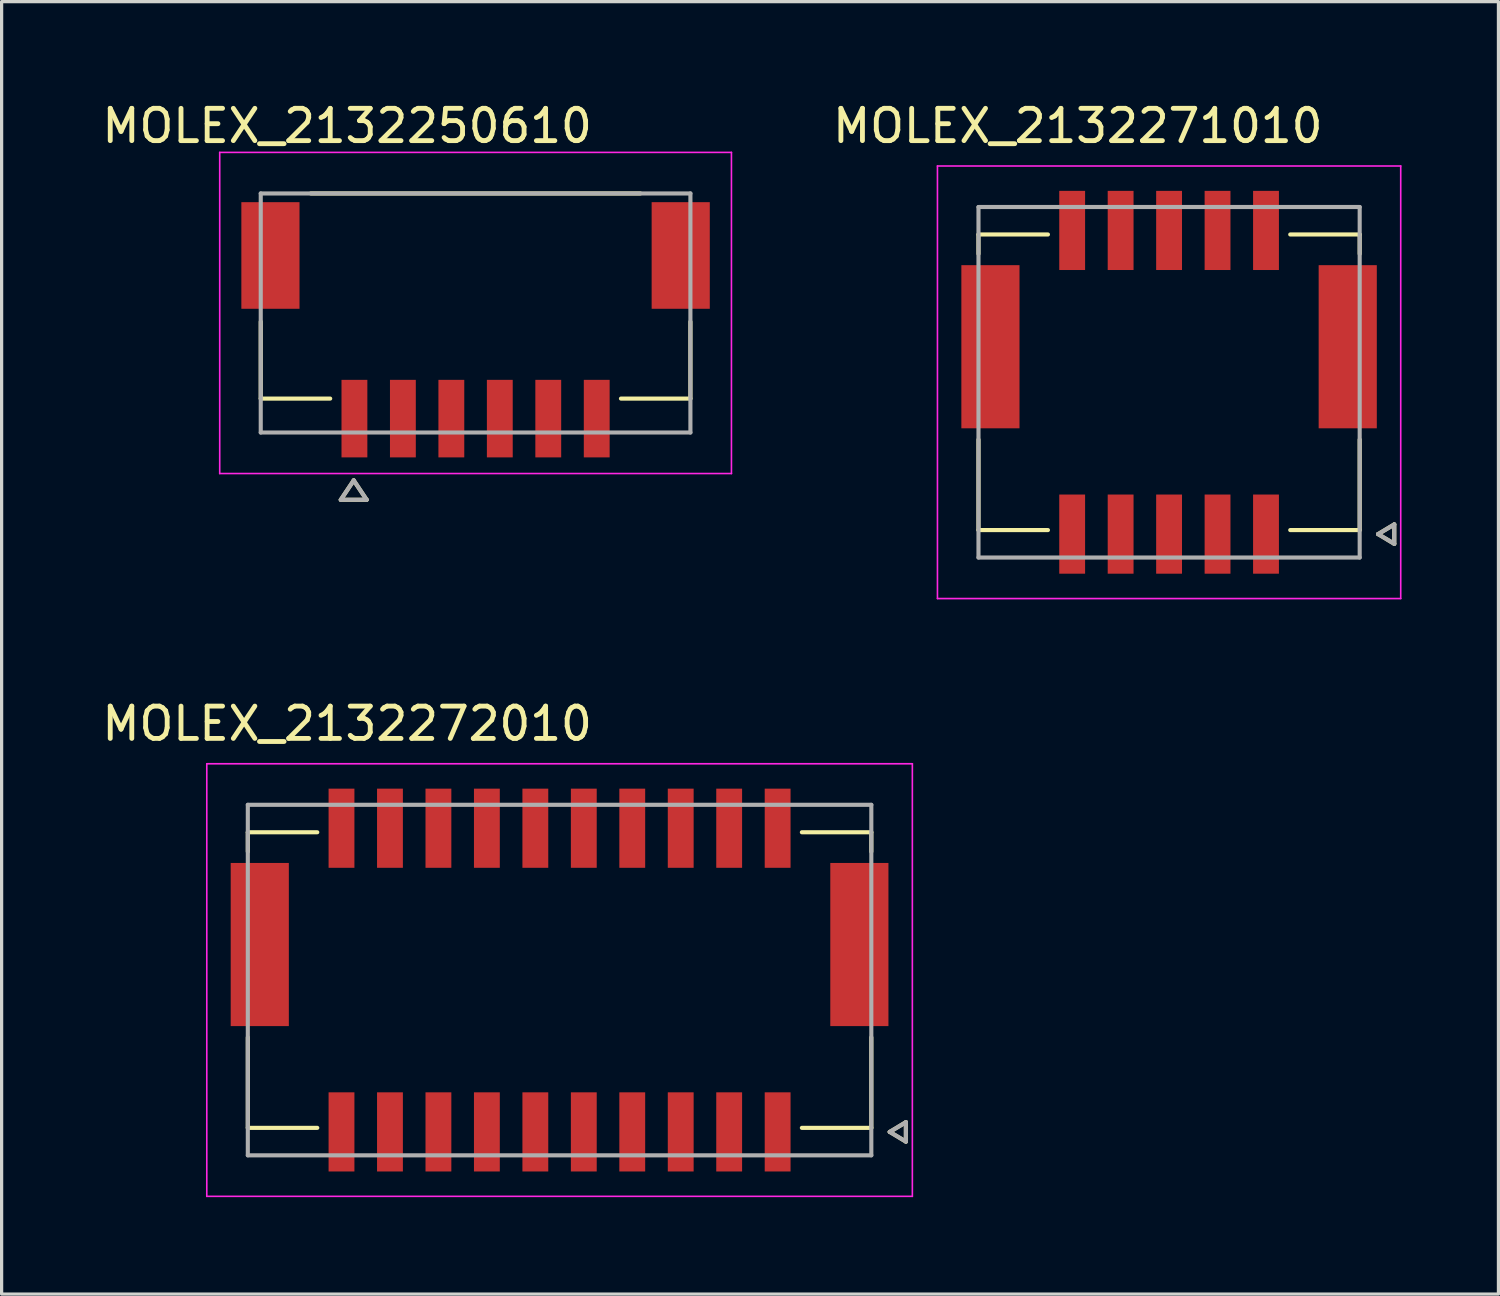
<source format=kicad_pcb>
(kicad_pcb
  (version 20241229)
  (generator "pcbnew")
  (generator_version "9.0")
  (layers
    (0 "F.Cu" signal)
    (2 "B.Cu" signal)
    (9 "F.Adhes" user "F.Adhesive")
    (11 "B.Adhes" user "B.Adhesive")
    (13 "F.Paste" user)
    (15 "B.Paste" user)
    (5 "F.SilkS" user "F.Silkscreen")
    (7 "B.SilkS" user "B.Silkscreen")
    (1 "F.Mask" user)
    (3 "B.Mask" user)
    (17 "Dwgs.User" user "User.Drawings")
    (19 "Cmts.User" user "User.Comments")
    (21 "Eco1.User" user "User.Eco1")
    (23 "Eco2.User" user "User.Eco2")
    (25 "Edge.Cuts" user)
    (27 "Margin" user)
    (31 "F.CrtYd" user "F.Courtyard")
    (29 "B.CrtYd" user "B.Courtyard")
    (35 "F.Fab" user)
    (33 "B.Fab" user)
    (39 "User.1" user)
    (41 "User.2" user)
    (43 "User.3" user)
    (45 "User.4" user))
  (footprint "MOLEX_2132272010"
    (layer "F.Cu")
    (at 14.271 27.287)
    (property "Reference" "MOLEX_2132272010" (at -6.575 -7.935 0) (layer "F.SilkS") (effects (font (size 1 1) (thickness 0.15))))
    (attr smd)
    (fp_poly (pts (xy -10.256 -3.701) (xy -8.304 -3.701) (xy -8.304 1.501) (xy -10.256 1.501)) (stroke (width 0.01) (type solid)) (fill yes) (layer "F.Mask"))
    (fp_poly (pts (xy -7.226 -6.001) (xy -6.274 -6.001) (xy -6.274 -3.399) (xy -7.226 -3.399)) (stroke (width 0.01) (type solid)) (fill yes) (layer "F.Mask"))
    (fp_poly (pts (xy -7.226 3.399) (xy -6.274 3.399) (xy -6.274 6.001) (xy -7.226 6.001)) (stroke (width 0.01) (type solid)) (fill yes) (layer "F.Mask"))
    (fp_poly (pts (xy -5.726 -6.001) (xy -4.774 -6.001) (xy -4.774 -3.399) (xy -5.726 -3.399)) (stroke (width 0.01) (type solid)) (fill yes) (layer "F.Mask"))
    (fp_poly (pts (xy -5.726 3.399) (xy -4.774 3.399) (xy -4.774 6.001) (xy -5.726 6.001)) (stroke (width 0.01) (type solid)) (fill yes) (layer "F.Mask"))
    (fp_poly (pts (xy -4.226 -6.001) (xy -3.274 -6.001) (xy -3.274 -3.399) (xy -4.226 -3.399)) (stroke (width 0.01) (type solid)) (fill yes) (layer "F.Mask"))
    (fp_poly (pts (xy -4.226 3.399) (xy -3.274 3.399) (xy -3.274 6.001) (xy -4.226 6.001)) (stroke (width 0.01) (type solid)) (fill yes) (layer "F.Mask"))
    (fp_poly (pts (xy -2.726 -6.001) (xy -1.774 -6.001) (xy -1.774 -3.399) (xy -2.726 -3.399)) (stroke (width 0.01) (type solid)) (fill yes) (layer "F.Mask"))
    (fp_poly (pts (xy -2.726 3.399) (xy -1.774 3.399) (xy -1.774 6.001) (xy -2.726 6.001)) (stroke (width 0.01) (type solid)) (fill yes) (layer "F.Mask"))
    (fp_poly (pts (xy -1.226 -6.001) (xy -0.274 -6.001) (xy -0.274 -3.399) (xy -1.226 -3.399)) (stroke (width 0.01) (type solid)) (fill yes) (layer "F.Mask"))
    (fp_poly (pts (xy -1.226 3.399) (xy -0.274 3.399) (xy -0.274 6.001) (xy -1.226 6.001)) (stroke (width 0.01) (type solid)) (fill yes) (layer "F.Mask"))
    (fp_poly (pts (xy 0.274 -6.001) (xy 1.226 -6.001) (xy 1.226 -3.399) (xy 0.274 -3.399)) (stroke (width 0.01) (type solid)) (fill yes) (layer "F.Mask"))
    (fp_poly (pts (xy 0.274 3.399) (xy 1.226 3.399) (xy 1.226 6.001) (xy 0.274 6.001)) (stroke (width 0.01) (type solid)) (fill yes) (layer "F.Mask"))
    (fp_poly (pts (xy 1.774 -6.001) (xy 2.726 -6.001) (xy 2.726 -3.399) (xy 1.774 -3.399)) (stroke (width 0.01) (type solid)) (fill yes) (layer "F.Mask"))
    (fp_poly (pts (xy 1.774 3.399) (xy 2.726 3.399) (xy 2.726 6.001) (xy 1.774 6.001)) (stroke (width 0.01) (type solid)) (fill yes) (layer "F.Mask"))
    (fp_poly (pts (xy 3.274 -6.001) (xy 4.226 -6.001) (xy 4.226 -3.399) (xy 3.274 -3.399)) (stroke (width 0.01) (type solid)) (fill yes) (layer "F.Mask"))
    (fp_poly (pts (xy 3.274 3.399) (xy 4.226 3.399) (xy 4.226 6.001) (xy 3.274 6.001)) (stroke (width 0.01) (type solid)) (fill yes) (layer "F.Mask"))
    (fp_poly (pts (xy 4.774 -6.001) (xy 5.726 -6.001) (xy 5.726 -3.399) (xy 4.774 -3.399)) (stroke (width 0.01) (type solid)) (fill yes) (layer "F.Mask"))
    (fp_poly (pts (xy 4.774 3.399) (xy 5.726 3.399) (xy 5.726 6.001) (xy 4.774 6.001)) (stroke (width 0.01) (type solid)) (fill yes) (layer "F.Mask"))
    (fp_poly (pts (xy 6.274 -6.001) (xy 7.226 -6.001) (xy 7.226 -3.399) (xy 6.274 -3.399)) (stroke (width 0.01) (type solid)) (fill yes) (layer "F.Mask"))
    (fp_poly (pts (xy 6.274 3.399) (xy 7.226 3.399) (xy 7.226 6.001) (xy 6.274 6.001)) (stroke (width 0.01) (type solid)) (fill yes) (layer "F.Mask"))
    (fp_poly (pts (xy 8.304 -3.701) (xy 10.256 -3.701) (xy 10.256 1.501) (xy 8.304 1.501)) (stroke (width 0.01) (type solid)) (fill yes) (layer "F.Mask"))
    (fp_line (start -9.65 -4.575) (end -9.65 -3.975) (stroke (width 0.127) (type solid)) (layer "F.SilkS"))
    (fp_line (start -9.65 4.575) (end -9.65 1.775) (stroke (width 0.127) (type solid)) (layer "F.SilkS"))
    (fp_line (start -7.5 -4.575) (end -9.65 -4.575) (stroke (width 0.127) (type solid)) (layer "F.SilkS"))
    (fp_line (start -7.5 4.575) (end -9.65 4.575) (stroke (width 0.127) (type solid)) (layer "F.SilkS"))
    (fp_line (start 9.65 -4.575) (end 7.5 -4.575) (stroke (width 0.127) (type solid)) (layer "F.SilkS"))
    (fp_line (start 9.65 -3.975) (end 9.65 -4.575) (stroke (width 0.127) (type solid)) (layer "F.SilkS"))
    (fp_line (start 9.65 1.775) (end 9.65 4.575) (stroke (width 0.127) (type solid)) (layer "F.SilkS"))
    (fp_line (start 9.65 4.575) (end 7.5 4.575) (stroke (width 0.127) (type solid)) (layer "F.SilkS"))
    (fp_line (start 10.22 4.7) (end 10.72 4.4) (stroke (width 0.127) (type solid)) (layer "F.SilkS"))
    (fp_line (start 10.72 4.4) (end 10.72 5) (stroke (width 0.127) (type solid)) (layer "F.SilkS"))
    (fp_line (start 10.72 5) (end 10.22 4.7) (stroke (width 0.127) (type solid)) (layer "F.SilkS"))
    (fp_line (start -10.92 6.695) (end -10.92 -6.695) (stroke (width 0.05) (type solid)) (layer "F.CrtYd"))
    (fp_line (start 10.92 -6.695) (end -10.92 -6.695) (stroke (width 0.05) (type solid)) (layer "F.CrtYd"))
    (fp_line (start 10.92 -6.695) (end 10.92 6.695) (stroke (width 0.05) (type solid)) (layer "F.CrtYd"))
    (fp_line (start 10.92 6.695) (end -10.92 6.695) (stroke (width 0.05) (type solid)) (layer "F.CrtYd"))
    (fp_line (start -9.65 -5.425) (end 9.65 -5.425) (stroke (width 0.127) (type solid)) (layer "F.Fab"))
    (fp_line (start -9.65 5.425) (end -9.65 -5.425) (stroke (width 0.127) (type solid)) (layer "F.Fab"))
    (fp_line (start 9.65 -5.425) (end 9.65 5.425) (stroke (width 0.127) (type solid)) (layer "F.Fab"))
    (fp_line (start 9.65 5.425) (end -9.65 5.425) (stroke (width 0.127) (type solid)) (layer "F.Fab"))
    (fp_line (start 10.22 4.7) (end 10.72 4.4) (stroke (width 0.127) (type solid)) (layer "F.Fab"))
    (fp_line (start 10.72 4.4) (end 10.72 5) (stroke (width 0.127) (type solid)) (layer "F.Fab"))
    (fp_line (start 10.72 5) (end 10.22 4.7) (stroke (width 0.127) (type solid)) (layer "F.Fab"))
    (pad "1" smd rect (at 6.75 4.7) (size 0.8 2.45) (layers "F.Cu" "F.Paste"))
    (pad "2" smd rect (at 6.75 -4.7) (size 0.8 2.45) (layers "F.Cu" "F.Paste"))
    (pad "3" smd rect (at 5.25 4.7) (size 0.8 2.45) (layers "F.Cu" "F.Paste"))
    (pad "4" smd rect (at 5.25 -4.7) (size 0.8 2.45) (layers "F.Cu" "F.Paste"))
    (pad "5" smd rect (at 3.75 4.7) (size 0.8 2.45) (layers "F.Cu" "F.Paste"))
    (pad "6" smd rect (at 3.75 -4.7) (size 0.8 2.45) (layers "F.Cu" "F.Paste"))
    (pad "7" smd rect (at 2.25 4.7) (size 0.8 2.45) (layers "F.Cu" "F.Paste"))
    (pad "8" smd rect (at 2.25 -4.7) (size 0.8 2.45) (layers "F.Cu" "F.Paste"))
    (pad "9" smd rect (at 0.75 4.7) (size 0.8 2.45) (layers "F.Cu" "F.Paste"))
    (pad "10" smd rect (at 0.75 -4.7) (size 0.8 2.45) (layers "F.Cu" "F.Paste"))
    (pad "11" smd rect (at -0.75 4.7) (size 0.8 2.45) (layers "F.Cu" "F.Paste"))
    (pad "12" smd rect (at -0.75 -4.7) (size 0.8 2.45) (layers "F.Cu" "F.Paste"))
    (pad "13" smd rect (at -2.25 4.7) (size 0.8 2.45) (layers "F.Cu" "F.Paste"))
    (pad "14" smd rect (at -2.25 -4.7) (size 0.8 2.45) (layers "F.Cu" "F.Paste"))
    (pad "15" smd rect (at -3.75 4.7) (size 0.8 2.45) (layers "F.Cu" "F.Paste"))
    (pad "16" smd rect (at -3.75 -4.7) (size 0.8 2.45) (layers "F.Cu" "F.Paste"))
    (pad "17" smd rect (at -5.25 4.7) (size 0.8 2.45) (layers "F.Cu" "F.Paste"))
    (pad "18" smd rect (at -5.25 -4.7) (size 0.8 2.45) (layers "F.Cu" "F.Paste"))
    (pad "19" smd rect (at -6.75 4.7) (size 0.8 2.45) (layers "F.Cu" "F.Paste"))
    (pad "20" smd rect (at -6.75 -4.7) (size 0.8 2.45) (layers "F.Cu" "F.Paste"))
    (pad "S" smd rect (at -9.28 -1.1) (size 1.8 5.05) (layers "F.Cu" "F.Paste"))
    (pad "S" smd rect (at 9.28 -1.1) (size 1.8 5.05) (layers "F.Cu" "F.Paste"))
    (zone (net_name "") (layer "F.Cu") (hatch full 0.508) (connect_pads) (min_thickness 0.01) (filled_areas_thickness no) (keepout (tracks allowed) (vias not_allowed) (pads not_allowed) (copperpour not_allowed) (footprints allowed)) (placement (enabled no)) (fill) (polygon (pts (xy 21.426 23.817) (xy 7.116 23.817) (xy 7.116 22.056) (xy 5.016 22.056) (xy 5.016 23.657) (xy 5.896 23.657) (xy 5.896 29.947) (xy 4.071 29.947) (xy 4.071 32.547) (xy 6.671 32.547) (xy 6.671 30.756) (xy 21.871 30.756) (xy 21.871 32.547) (xy 24.471 32.547) (xy 24.471 29.947) (xy 22.646 29.947) (xy 22.646 23.657) (xy 23.526 23.657) (xy 23.526 22.056) (xy 21.426 22.056)))))
  (footprint "MOLEX_2132271010"
    (layer "F.Cu")
    (at 33.138 8.783)
    (property "Reference" "MOLEX_2132271010" (at -2.825 -7.935 0) (layer "F.SilkS") (effects (font (size 1 1) (thickness 0.15))))
    (attr smd)
    (fp_poly (pts (xy -6.506 -3.701) (xy -4.554 -3.701) (xy -4.554 1.501) (xy -6.506 1.501)) (stroke (width 0.01) (type solid)) (fill yes) (layer "F.Mask"))
    (fp_poly (pts (xy -3.476 -6.001) (xy -2.524 -6.001) (xy -2.524 -3.399) (xy -3.476 -3.399)) (stroke (width 0.01) (type solid)) (fill yes) (layer "F.Mask"))
    (fp_poly (pts (xy -3.476 3.399) (xy -2.524 3.399) (xy -2.524 6.001) (xy -3.476 6.001)) (stroke (width 0.01) (type solid)) (fill yes) (layer "F.Mask"))
    (fp_poly (pts (xy -1.976 -6.001) (xy -1.024 -6.001) (xy -1.024 -3.399) (xy -1.976 -3.399)) (stroke (width 0.01) (type solid)) (fill yes) (layer "F.Mask"))
    (fp_poly (pts (xy -1.976 3.399) (xy -1.024 3.399) (xy -1.024 6.001) (xy -1.976 6.001)) (stroke (width 0.01) (type solid)) (fill yes) (layer "F.Mask"))
    (fp_poly (pts (xy -0.476 -6.001) (xy 0.476 -6.001) (xy 0.476 -3.399) (xy -0.476 -3.399)) (stroke (width 0.01) (type solid)) (fill yes) (layer "F.Mask"))
    (fp_poly (pts (xy -0.476 3.399) (xy 0.476 3.399) (xy 0.476 6.001) (xy -0.476 6.001)) (stroke (width 0.01) (type solid)) (fill yes) (layer "F.Mask"))
    (fp_poly (pts (xy 1.024 -6.001) (xy 1.976 -6.001) (xy 1.976 -3.399) (xy 1.024 -3.399)) (stroke (width 0.01) (type solid)) (fill yes) (layer "F.Mask"))
    (fp_poly (pts (xy 1.024 3.399) (xy 1.976 3.399) (xy 1.976 6.001) (xy 1.024 6.001)) (stroke (width 0.01) (type solid)) (fill yes) (layer "F.Mask"))
    (fp_poly (pts (xy 2.524 -6.001) (xy 3.476 -6.001) (xy 3.476 -3.399) (xy 2.524 -3.399)) (stroke (width 0.01) (type solid)) (fill yes) (layer "F.Mask"))
    (fp_poly (pts (xy 2.524 3.399) (xy 3.476 3.399) (xy 3.476 6.001) (xy 2.524 6.001)) (stroke (width 0.01) (type solid)) (fill yes) (layer "F.Mask"))
    (fp_poly (pts (xy 4.554 -3.701) (xy 6.506 -3.701) (xy 6.506 1.501) (xy 4.554 1.501)) (stroke (width 0.01) (type solid)) (fill yes) (layer "F.Mask"))
    (fp_line (start -5.9 -4.575) (end -5.9 -3.975) (stroke (width 0.127) (type solid)) (layer "F.SilkS"))
    (fp_line (start -5.9 4.575) (end -5.9 1.775) (stroke (width 0.127) (type solid)) (layer "F.SilkS"))
    (fp_line (start -3.75 -4.575) (end -5.9 -4.575) (stroke (width 0.127) (type solid)) (layer "F.SilkS"))
    (fp_line (start -3.75 4.575) (end -5.9 4.575) (stroke (width 0.127) (type solid)) (layer "F.SilkS"))
    (fp_line (start 5.9 -4.575) (end 3.75 -4.575) (stroke (width 0.127) (type solid)) (layer "F.SilkS"))
    (fp_line (start 5.9 -3.975) (end 5.9 -4.575) (stroke (width 0.127) (type solid)) (layer "F.SilkS"))
    (fp_line (start 5.9 1.775) (end 5.9 4.575) (stroke (width 0.127) (type solid)) (layer "F.SilkS"))
    (fp_line (start 5.9 4.575) (end 3.75 4.575) (stroke (width 0.127) (type solid)) (layer "F.SilkS"))
    (fp_line (start 6.47 4.7) (end 6.97 4.4) (stroke (width 0.127) (type solid)) (layer "F.SilkS"))
    (fp_line (start 6.97 4.4) (end 6.97 5) (stroke (width 0.127) (type solid)) (layer "F.SilkS"))
    (fp_line (start 6.97 5) (end 6.47 4.7) (stroke (width 0.127) (type solid)) (layer "F.SilkS"))
    (fp_line (start -7.17 6.695) (end -7.17 -6.695) (stroke (width 0.05) (type solid)) (layer "F.CrtYd"))
    (fp_line (start 7.17 -6.695) (end -7.17 -6.695) (stroke (width 0.05) (type solid)) (layer "F.CrtYd"))
    (fp_line (start 7.17 -6.695) (end 7.17 6.695) (stroke (width 0.05) (type solid)) (layer "F.CrtYd"))
    (fp_line (start 7.17 6.695) (end -7.17 6.695) (stroke (width 0.05) (type solid)) (layer "F.CrtYd"))
    (fp_line (start -5.9 -5.425) (end 5.9 -5.425) (stroke (width 0.127) (type solid)) (layer "F.Fab"))
    (fp_line (start -5.9 5.425) (end -5.9 -5.425) (stroke (width 0.127) (type solid)) (layer "F.Fab"))
    (fp_line (start 5.9 -5.425) (end 5.9 5.425) (stroke (width 0.127) (type solid)) (layer "F.Fab"))
    (fp_line (start 5.9 5.425) (end -5.9 5.425) (stroke (width 0.127) (type solid)) (layer "F.Fab"))
    (fp_line (start 6.47 4.7) (end 6.97 4.4) (stroke (width 0.127) (type solid)) (layer "F.Fab"))
    (fp_line (start 6.97 4.4) (end 6.97 5) (stroke (width 0.127) (type solid)) (layer "F.Fab"))
    (fp_line (start 6.97 5) (end 6.47 4.7) (stroke (width 0.127) (type solid)) (layer "F.Fab"))
    (pad "1" smd rect (at 3 4.7) (size 0.8 2.45) (layers "F.Cu" "F.Paste"))
    (pad "2" smd rect (at 3 -4.7) (size 0.8 2.45) (layers "F.Cu" "F.Paste"))
    (pad "3" smd rect (at 1.5 4.7) (size 0.8 2.45) (layers "F.Cu" "F.Paste"))
    (pad "4" smd rect (at 1.5 -4.7) (size 0.8 2.45) (layers "F.Cu" "F.Paste"))
    (pad "5" smd rect (at 0 4.7) (size 0.8 2.45) (layers "F.Cu" "F.Paste"))
    (pad "6" smd rect (at 0 -4.7) (size 0.8 2.45) (layers "F.Cu" "F.Paste"))
    (pad "7" smd rect (at -1.5 4.7) (size 0.8 2.45) (layers "F.Cu" "F.Paste"))
    (pad "8" smd rect (at -1.5 -4.7) (size 0.8 2.45) (layers "F.Cu" "F.Paste"))
    (pad "9" smd rect (at -3 4.7) (size 0.8 2.45) (layers "F.Cu" "F.Paste"))
    (pad "10" smd rect (at -3 -4.7) (size 0.8 2.45) (layers "F.Cu" "F.Paste"))
    (pad "S" smd rect (at -5.53 -1.1) (size 1.8 5.05) (layers "F.Cu" "F.Paste"))
    (pad "S" smd rect (at 5.53 -1.1) (size 1.8 5.05) (layers "F.Cu" "F.Paste"))
    (zone (net_name "") (layer "F.Cu") (hatch full 0.508) (connect_pads) (min_thickness 0.01) (filled_areas_thickness no) (keepout (tracks allowed) (vias not_allowed) (pads not_allowed) (copperpour not_allowed) (footprints allowed)) (placement (enabled no)) (fill) (polygon (pts (xy 36.543 5.313) (xy 29.733 5.313) (xy 29.733 3.553) (xy 27.633 3.553) (xy 27.633 5.153) (xy 28.513 5.153) (xy 28.513 11.443) (xy 26.688 11.443) (xy 26.688 14.043) (xy 29.288 14.043) (xy 29.288 12.253) (xy 36.988 12.253) (xy 36.988 14.043) (xy 39.588 14.043) (xy 39.588 11.443) (xy 37.763 11.443) (xy 37.763 5.153) (xy 38.643 5.153) (xy 38.643 3.553) (xy 36.543 3.553)))))
  (footprint "MOLEX_2132250610"
    (layer "F.Cu")
    (at 11.671 6.638)
    (property "Reference" "MOLEX_2132250610" (at -3.975 -5.79 0) (layer "F.SilkS") (effects (font (size 1 1) (thickness 0.15))))
    (attr smd)
    (fp_poly (pts (xy -7.326 -3.506) (xy -5.374 -3.506) (xy -5.374 -0.054) (xy -7.326 -0.054)) (stroke (width 0.01) (type solid)) (fill yes) (layer "F.Mask"))
    (fp_poly (pts (xy -4.226 1.994) (xy -3.274 1.994) (xy -3.274 4.546) (xy -4.226 4.546)) (stroke (width 0.01) (type solid)) (fill yes) (layer "F.Mask"))
    (fp_poly (pts (xy -2.726 1.994) (xy -1.774 1.994) (xy -1.774 4.546) (xy -2.726 4.546)) (stroke (width 0.01) (type solid)) (fill yes) (layer "F.Mask"))
    (fp_poly (pts (xy -1.226 1.994) (xy -0.274 1.994) (xy -0.274 4.546) (xy -1.226 4.546)) (stroke (width 0.01) (type solid)) (fill yes) (layer "F.Mask"))
    (fp_poly (pts (xy 0.274 1.994) (xy 1.226 1.994) (xy 1.226 4.546) (xy 0.274 4.546)) (stroke (width 0.01) (type solid)) (fill yes) (layer "F.Mask"))
    (fp_poly (pts (xy 1.774 1.994) (xy 2.726 1.994) (xy 2.726 4.546) (xy 1.774 4.546)) (stroke (width 0.01) (type solid)) (fill yes) (layer "F.Mask"))
    (fp_poly (pts (xy 3.274 1.994) (xy 4.226 1.994) (xy 4.226 4.546) (xy 3.274 4.546)) (stroke (width 0.01) (type solid)) (fill yes) (layer "F.Mask"))
    (fp_poly (pts (xy 5.374 -3.506) (xy 7.326 -3.506) (xy 7.326 -0.054) (xy 5.374 -0.054)) (stroke (width 0.01) (type solid)) (fill yes) (layer "F.Mask"))
    (fp_line (start -6.65 0.27) (end -6.65 2.65) (stroke (width 0.127) (type solid)) (layer "F.SilkS"))
    (fp_line (start -6.65 2.65) (end -4.5 2.65) (stroke (width 0.127) (type solid)) (layer "F.SilkS"))
    (fp_line (start -4.172 5.782) (end -3.372 5.782) (stroke (width 0.127) (type solid)) (layer "F.SilkS"))
    (fp_line (start -3.772 5.182) (end -4.172 5.782) (stroke (width 0.127) (type solid)) (layer "F.SilkS"))
    (fp_line (start -3.372 5.782) (end -3.772 5.182) (stroke (width 0.127) (type solid)) (layer "F.SilkS"))
    (fp_line (start 4.5 2.65) (end 6.65 2.65) (stroke (width 0.127) (type solid)) (layer "F.SilkS"))
    (fp_line (start 5.1 -3.7) (end -5.1 -3.7) (stroke (width 0.127) (type solid)) (layer "F.SilkS"))
    (fp_line (start 6.65 0.27) (end 6.65 2.65) (stroke (width 0.127) (type solid)) (layer "F.SilkS"))
    (fp_line (start -7.92 -4.97) (end -7.92 4.97) (stroke (width 0.05) (type solid)) (layer "F.CrtYd"))
    (fp_line (start -7.92 4.97) (end 7.92 4.97) (stroke (width 0.05) (type solid)) (layer "F.CrtYd"))
    (fp_line (start 7.92 -4.97) (end -7.92 -4.97) (stroke (width 0.05) (type solid)) (layer "F.CrtYd"))
    (fp_line (start 7.92 4.97) (end 7.92 -4.97) (stroke (width 0.05) (type solid)) (layer "F.CrtYd"))
    (fp_line (start -6.65 -3.7) (end -6.65 3.7) (stroke (width 0.127) (type solid)) (layer "F.Fab"))
    (fp_line (start -6.65 3.7) (end 6.65 3.7) (stroke (width 0.127) (type solid)) (layer "F.Fab"))
    (fp_line (start -4.172 5.782) (end -3.372 5.782) (stroke (width 0.127) (type solid)) (layer "F.Fab"))
    (fp_line (start -3.772 5.182) (end -4.172 5.782) (stroke (width 0.127) (type solid)) (layer "F.Fab"))
    (fp_line (start -3.372 5.782) (end -3.772 5.182) (stroke (width 0.127) (type solid)) (layer "F.Fab"))
    (fp_line (start 6.65 -3.7) (end -6.65 -3.7) (stroke (width 0.127) (type solid)) (layer "F.Fab"))
    (fp_line (start 6.65 3.7) (end 6.65 -3.7) (stroke (width 0.127) (type solid)) (layer "F.Fab"))
    (pad "1" smd rect (at -3.75 3.27) (size 0.8 2.4) (layers "F.Cu" "F.Paste"))
    (pad "2" smd rect (at -2.25 3.27) (size 0.8 2.4) (layers "F.Cu" "F.Paste"))
    (pad "3" smd rect (at -0.75 3.27) (size 0.8 2.4) (layers "F.Cu" "F.Paste"))
    (pad "4" smd rect (at 0.75 3.27) (size 0.8 2.4) (layers "F.Cu" "F.Paste"))
    (pad "5" smd rect (at 2.25 3.27) (size 0.8 2.4) (layers "F.Cu" "F.Paste"))
    (pad "6" smd rect (at 3.75 3.27) (size 0.8 2.4) (layers "F.Cu" "F.Paste"))
    (pad "S" smd rect (at -6.35 -1.78) (size 1.8 3.3) (layers "F.Cu" "F.Paste"))
    (pad "S" smd rect (at 6.35 -1.78) (size 1.8 3.3) (layers "F.Cu" "F.Paste"))
    (zone (net_name "") (layer "F.Cu") (hatch full 0.508) (connect_pads) (min_thickness 0.01) (filled_areas_thickness no) (keepout (tracks not_allowed) (vias not_allowed) (pads not_allowed) (copperpour not_allowed) (footprints allowed)) (placement (enabled no)) (fill) (polygon (pts (xy 6.221 2.688) (xy 8.271 2.688) (xy 8.271 4.738) (xy 6.221 4.738))))
    (zone (net_name "") (layer "F.Cu") (hatch full 0.508) (connect_pads) (min_thickness 0.01) (filled_areas_thickness no) (keepout (tracks not_allowed) (vias not_allowed) (pads not_allowed) (copperpour not_allowed) (footprints allowed)) (placement (enabled no)) (fill) (polygon (pts (xy 10.761 2.688) (xy 12.581 2.688) (xy 12.581 5.248) (xy 10.761 5.248))))
    (zone (net_name "") (layer "F.Cu") (hatch full 0.508) (connect_pads) (min_thickness 0.01) (filled_areas_thickness no) (keepout (tracks not_allowed) (vias not_allowed) (pads not_allowed) (copperpour not_allowed) (footprints allowed)) (placement (enabled no)) (fill) (polygon (pts (xy 15.071 2.688) (xy 17.121 2.688) (xy 17.121 4.738) (xy 15.071 4.738))))
    (zone (net_name "") (layer "F.Cu") (hatch full 0.508) (connect_pads) (min_thickness 0.01) (filled_areas_thickness no) (keepout (tracks not_allowed) (vias not_allowed) (pads not_allowed) (copperpour not_allowed) (footprints allowed)) (placement (enabled no)) (fill) (polygon (pts (xy 4.621 7.558) (xy 18.721 7.558) (xy 18.721 10.158) (xy 15.831 10.158) (xy 15.831 8.698) (xy 15.011 8.698) (xy 15.011 10.158) (xy 14.331 10.158) (xy 14.331 8.698) (xy 13.511 8.698) (xy 13.511 10.158) (xy 12.831 10.158) (xy 12.831 8.698) (xy 12.011 8.698) (xy 12.011 10.158) (xy 11.331 10.158) (xy 11.331 8.698) (xy 10.511 8.698) (xy 10.511 10.158) (xy 9.831 10.158) (xy 9.831 8.698) (xy 9.011 8.698) (xy 9.011 10.158) (xy 8.331 10.158) (xy 8.331 8.698) (xy 7.511 8.698) (xy 7.511 10.158) (xy 4.621 10.158)))))
  (gr_rect
    (start -3 -3)
    (end 43.333 37.007)
    (stroke (width 0.1) (type default))
    (fill no)
    (layer "Edge.Cuts")))
</source>
